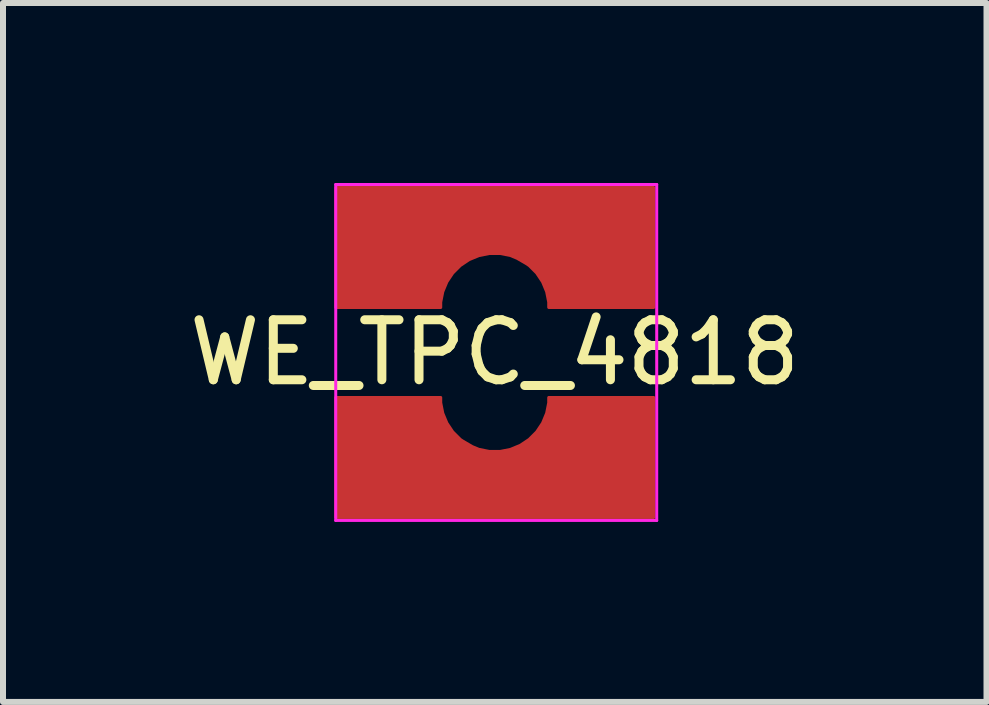
<source format=kicad_pcb>
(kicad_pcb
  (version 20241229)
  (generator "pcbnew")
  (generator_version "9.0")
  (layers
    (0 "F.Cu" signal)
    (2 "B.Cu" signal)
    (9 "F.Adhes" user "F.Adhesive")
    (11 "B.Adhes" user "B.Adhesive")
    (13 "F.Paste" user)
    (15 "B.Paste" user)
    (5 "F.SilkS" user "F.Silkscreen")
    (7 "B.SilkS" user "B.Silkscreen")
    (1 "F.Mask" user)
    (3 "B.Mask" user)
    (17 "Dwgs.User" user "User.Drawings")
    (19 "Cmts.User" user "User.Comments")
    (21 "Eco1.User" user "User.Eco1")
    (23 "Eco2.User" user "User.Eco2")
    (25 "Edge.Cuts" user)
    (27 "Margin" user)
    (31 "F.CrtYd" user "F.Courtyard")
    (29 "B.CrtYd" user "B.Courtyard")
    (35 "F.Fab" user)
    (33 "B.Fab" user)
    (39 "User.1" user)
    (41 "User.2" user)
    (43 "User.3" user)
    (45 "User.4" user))
  (footprint "WE_TPC_4818"
    (layer "F.Cu")
    (at 5.196 2.825)
    (property "Reference" "WE_TPC_4818" (at 0 0 0) (layer "F.SilkS") (effects (font (size 1 1) (thickness 0.15))))
    (attr through_hole)
    (fp_line (start -2.65 -2.8) (end -2.65 2.8) (stroke (width 0.05) (type solid)) (layer "F.CrtYd"))
    (fp_line (start 2.7 -2.8) (end -2.65 -2.8) (stroke (width 0.05) (type solid)) (layer "F.CrtYd"))
    (fp_line (start 2.7 -2.8) (end 2.7 2.8) (stroke (width 0.05) (type solid)) (layer "F.CrtYd"))
    (fp_line (start 2.7 2.8) (end -2.65 2.8) (stroke (width 0.05) (type solid)) (layer "F.CrtYd"))
    (pad "1" smd custom (at 0 -2.25) (size 0.5 0.5) (layers "F.Cu" "F.Mask" "F.Paste") (options (anchor circle)) (primitives (gr_line (start -2.65 1.5) (end -0.9 1.5) (width 0.05)) (gr_line (start -2.65 1.5) (end -2.65 -0.5) (width 0.05)) (gr_line (start 2.65 1.5) (end 2.65 -0.5) (width 0.05)) (gr_line (start 0.75 0.85) (end 0.75 0.9) (width 0.12)) (gr_line (start -0.65 0.7) (end -0.75 0.9) (width 0.12)) (gr_arc (start -0.9 1.5) (mid 0 0.6) (end 0.9 1.5) (width 0.05)) (gr_line (start 0.95 1.3) (end 0.95 1.45) (width 0.12)) (gr_poly (pts (xy -1.05 0.6) (xy -0.2 0.6) (xy -0.7 0.8) (xy -0.95 1.45)) (width 0.05) (fill yes)) (gr_poly (pts (xy -0.95 -0.45) (xy 0.95 -0.45) (xy 0.95 0.55) (xy -0.95 0.55)) (width 0.1) (fill yes)) (gr_line (start -2.65 -0.5) (end 2.65 -0.5) (width 0.05)) (gr_poly (pts (xy 2.65 -0.5) (xy 2.65 1.5) (xy 0.95 1.5) (xy 0.95 -0.5)) (width 0.05) (fill yes)) (gr_poly (pts (xy -0.95 -0.5) (xy -0.95 1.5) (xy -2.65 1.5) (xy -2.65 -0.5)) (width 0.05) (fill yes)) (gr_line (start 0.9 1.5) (end 2.65 1.5) (width 0.05)) (gr_line (start -0.75 0.9) (end -0.6 0.75) (width 0.12)) (gr_poly (pts (xy 0.95 0.55) (xy 0.95 1.4) (xy 0.75 0.9) (xy 0.15 0.55)) (width 0.05) (fill yes)) (gr_line (start -0.95 1.4) (end -0.95 1.45) (width 0.12))))
    (pad "2" smd custom (at 0 2.25 180) (size 0.5 0.5) (layers "F.Cu" "F.Mask" "F.Paste") (options (anchor circle)) (primitives (gr_line (start -2.65 1.5) (end -0.9 1.5) (width 0.05)) (gr_line (start -2.65 1.5) (end -2.65 -0.5) (width 0.05)) (gr_line (start 2.65 1.5) (end 2.65 -0.5) (width 0.05)) (gr_line (start 0.75 0.85) (end 0.75 0.9) (width 0.12)) (gr_line (start -0.65 0.7) (end -0.75 0.9) (width 0.12)) (gr_arc (start -0.9 1.5) (mid 0 0.6) (end 0.9 1.5) (width 0.05)) (gr_line (start 0.95 1.3) (end 0.95 1.45) (width 0.12)) (gr_poly (pts (xy -1.05 0.6) (xy -0.2 0.6) (xy -0.7 0.8) (xy -0.95 1.45)) (width 0.05) (fill yes)) (gr_poly (pts (xy -0.95 -0.45) (xy 0.95 -0.45) (xy 0.95 0.55) (xy -0.95 0.55)) (width 0.1) (fill yes)) (gr_line (start -2.65 -0.5) (end 2.65 -0.5) (width 0.05)) (gr_poly (pts (xy 2.65 -0.5) (xy 2.65 1.5) (xy 0.95 1.5) (xy 0.95 -0.5)) (width 0.05) (fill yes)) (gr_poly (pts (xy -0.95 -0.5) (xy -0.95 1.5) (xy -2.65 1.5) (xy -2.65 -0.5)) (width 0.05) (fill yes)) (gr_line (start 0.9 1.5) (end 2.65 1.5) (width 0.05)) (gr_line (start -0.75 0.9) (end -0.6 0.75) (width 0.12)) (gr_poly (pts (xy 0.95 0.55) (xy 0.95 1.4) (xy 0.75 0.9) (xy 0.15 0.55)) (width 0.05) (fill yes)) (gr_line (start -0.95 1.4) (end -0.95 1.45) (width 0.12)))))
  (gr_rect
    (start -3 -3)
    (end 13.393 8.65)
    (stroke (width 0.1) (type default))
    (fill no)
    (layer "Edge.Cuts")))
</source>
